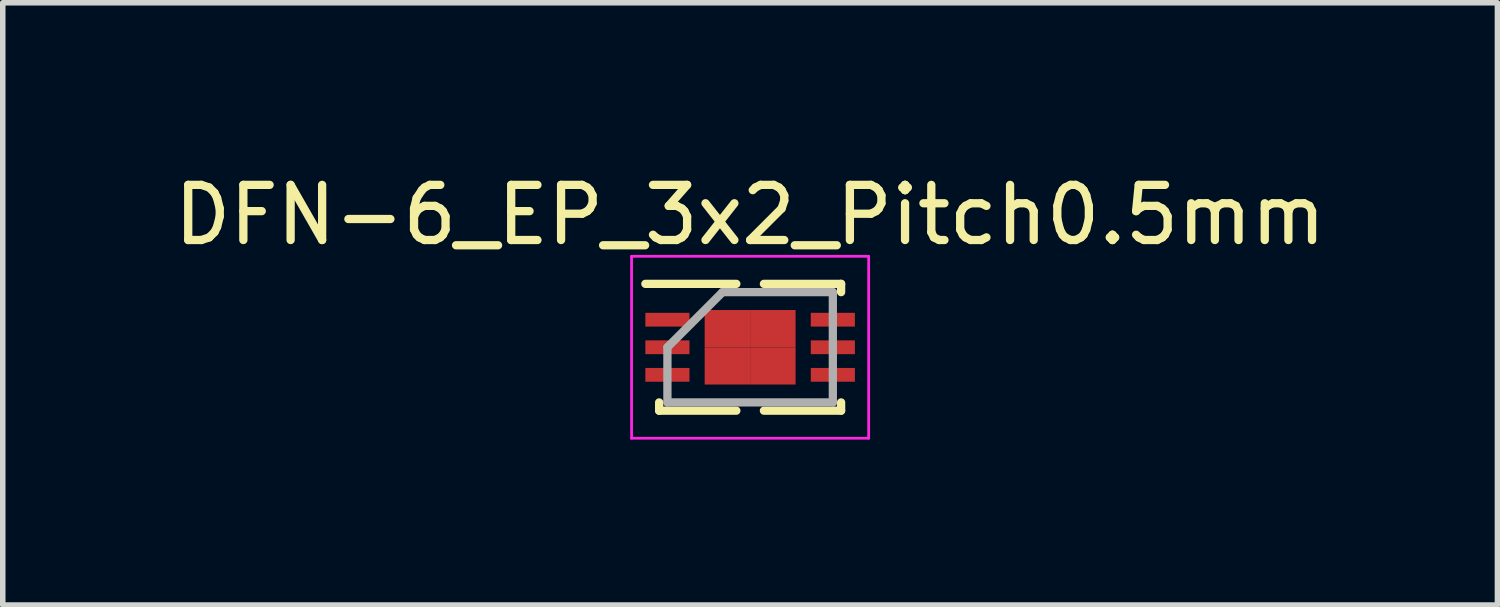
<source format=kicad_pcb>
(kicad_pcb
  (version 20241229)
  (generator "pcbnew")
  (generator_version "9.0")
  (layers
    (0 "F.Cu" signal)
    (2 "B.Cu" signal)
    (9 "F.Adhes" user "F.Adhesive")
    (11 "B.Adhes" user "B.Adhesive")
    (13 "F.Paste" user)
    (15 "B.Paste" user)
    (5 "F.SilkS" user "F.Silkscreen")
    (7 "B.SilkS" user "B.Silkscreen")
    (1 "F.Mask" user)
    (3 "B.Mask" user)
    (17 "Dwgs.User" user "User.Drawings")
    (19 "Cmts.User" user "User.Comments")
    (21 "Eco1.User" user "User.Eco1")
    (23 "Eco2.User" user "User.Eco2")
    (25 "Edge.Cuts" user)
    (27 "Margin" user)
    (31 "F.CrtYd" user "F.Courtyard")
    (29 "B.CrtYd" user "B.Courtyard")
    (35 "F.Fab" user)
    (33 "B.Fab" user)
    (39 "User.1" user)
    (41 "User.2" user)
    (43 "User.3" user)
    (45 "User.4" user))
  (footprint "DFN-6_EP_3x2_Pitch0.5mm"
    (layer "F.Cu")
    (at 10.554 3.248)
    (property "Reference" "DFN-6_EP_3x2_Pitch0.5mm" (at 0 -2.4 0) (layer "F.SilkS") (effects (font (size 1 1) (thickness 0.15))))
    (attr smd)
    (fp_line (start -1.65 1.15) (end -1.65 1) (stroke (width 0.15) (type solid)) (layer "F.SilkS"))
    (fp_line (start -0.25 -1.15) (end -1.9 -1.15) (stroke (width 0.15) (type solid)) (layer "F.SilkS"))
    (fp_line (start -0.25 1.15) (end -1.65 1.15) (stroke (width 0.15) (type solid)) (layer "F.SilkS"))
    (fp_line (start 0.25 -1.15) (end 1.65 -1.15) (stroke (width 0.15) (type solid)) (layer "F.SilkS"))
    (fp_line (start 0.25 1.15) (end 1.65 1.15) (stroke (width 0.15) (type solid)) (layer "F.SilkS"))
    (fp_line (start 1.65 -1.15) (end 1.65 -1) (stroke (width 0.15) (type solid)) (layer "F.SilkS"))
    (fp_line (start 1.65 1.15) (end 1.65 1) (stroke (width 0.15) (type solid)) (layer "F.SilkS"))
    (fp_line (start -2.15 -1.65) (end 2.15 -1.65) (stroke (width 0.05) (type solid)) (layer "F.CrtYd"))
    (fp_line (start -2.15 1.65) (end -2.15 -1.65) (stroke (width 0.05) (type solid)) (layer "F.CrtYd"))
    (fp_line (start 2.15 -1.65) (end 2.15 1.65) (stroke (width 0.05) (type solid)) (layer "F.CrtYd"))
    (fp_line (start 2.15 1.65) (end -2.15 1.65) (stroke (width 0.05) (type solid)) (layer "F.CrtYd"))
    (fp_line (start -1.5 0) (end -1.5 1) (stroke (width 0.15) (type solid)) (layer "F.Fab"))
    (fp_line (start -1.5 1) (end 1.5 1) (stroke (width 0.15) (type solid)) (layer "F.Fab"))
    (fp_line (start -0.5 -1) (end -1.5 0) (stroke (width 0.15) (type solid)) (layer "F.Fab"))
    (fp_line (start 1.5 -1) (end -0.5 -1) (stroke (width 0.15) (type solid)) (layer "F.Fab"))
    (fp_line (start 1.5 1) (end 1.5 -1) (stroke (width 0.15) (type solid)) (layer "F.Fab"))
    (pad "1" smd rect (at -1.5 -0.5 90) (size 0.25 0.8) (layers "F.Cu" "F.Mask" "F.Paste"))
    (pad "2" smd rect (at -1.5 0 90) (size 0.25 0.8) (layers "F.Cu" "F.Mask" "F.Paste"))
    (pad "3" smd rect (at -1.5 0.5 90) (size 0.25 0.8) (layers "F.Cu" "F.Mask" "F.Paste"))
    (pad "4" smd rect (at 1.5 0.5 90) (size 0.25 0.8) (layers "F.Cu" "F.Mask" "F.Paste"))
    (pad "5" smd rect (at 1.5 0 90) (size 0.25 0.8) (layers "F.Cu" "F.Mask" "F.Paste"))
    (pad "6" smd rect (at 1.5 -0.5 90) (size 0.25 0.8) (layers "F.Cu" "F.Mask" "F.Paste"))
    (pad "7" smd rect (at -0.412 -0.338) (size 0.825 0.675) (layers "F.Cu" "F.Mask" "F.Paste"))
    (pad "7" smd rect (at -0.412 0.338) (size 0.825 0.675) (layers "F.Cu" "F.Mask" "F.Paste"))
    (pad "7" smd rect (at 0.412 -0.338) (size 0.825 0.675) (layers "F.Cu" "F.Mask" "F.Paste"))
    (pad "7" smd rect (at 0.412 0.338) (size 0.825 0.675) (layers "F.Cu" "F.Mask" "F.Paste")))
  (gr_rect
    (start -3 -3)
    (end 24.107 7.923)
    (stroke (width 0.1) (type default))
    (fill no)
    (layer "Edge.Cuts")))
</source>
